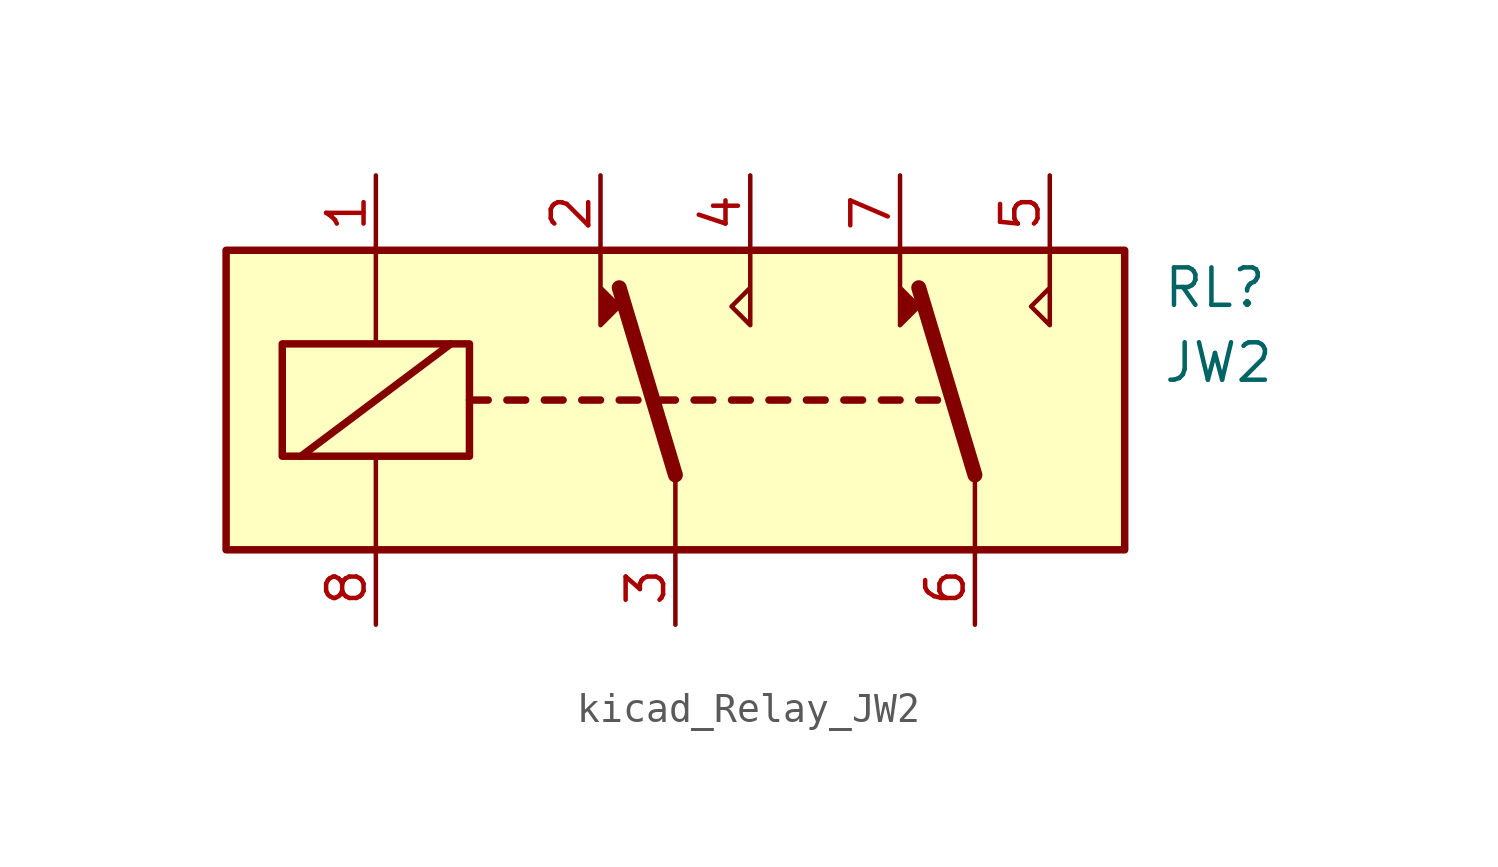
<source format=kicad_sym>
(kicad_symbol_lib
  (version 20220914)
  (generator kicad_symbol_editor)
  (symbol "kicad_Relay_JW2"
    (property "Reference" "RL"
      (at 16.51 3.81 0)
      (effects (font (size 1.27 1.27)) (justify left)))
    (property "Value" "JW2"
      (at 16.51 1.27 0)
      (effects (font (size 1.27 1.27)) (justify left)))
    (symbol "kicad_Relay_JW2_0_1"
      (rectangle (start -15.24 5.08) (end 15.24 -5.08) (stroke (width 0.254) (type default)) (fill (type background)))
      (rectangle (start -13.335 1.905) (end -6.985 -1.905) (stroke (width 0.254) (type default)) (fill (type none)))
      (polyline (pts (xy -12.7 -1.905) (xy -7.62 1.905)) (stroke (width 0.254) (type default)) (fill (type none)))
      (polyline (pts (xy -10.16 -5.08) (xy -10.16 -1.905)) (stroke (width 0) (type default)) (fill (type none)))
      (polyline (pts (xy -10.16 5.08) (xy -10.16 1.905)) (stroke (width 0) (type default)) (fill (type none)))
      (polyline (pts (xy -6.985 0) (xy -6.35 0)) (stroke (width 0.254) (type default)) (fill (type none)))
      (polyline (pts (xy -5.715 0) (xy -5.08 0)) (stroke (width 0.254) (type default)) (fill (type none)))
      (polyline (pts (xy -4.445 0) (xy -3.81 0)) (stroke (width 0.254) (type default)) (fill (type none)))
      (polyline (pts (xy -3.175 0) (xy -2.54 0)) (stroke (width 0.254) (type default)) (fill (type none)))
      (polyline (pts (xy -1.905 0) (xy -1.27 0)) (stroke (width 0.254) (type default)) (fill (type none)))
      (polyline (pts (xy -0.635 0) (xy 0 0)) (stroke (width 0.254) (type default)) (fill (type none)))
      (polyline (pts (xy 0 -2.54) (xy -1.905 3.81)) (stroke (width 0.508) (type default)) (fill (type none)))
      (polyline (pts (xy 0 -2.54) (xy 0 -5.08)) (stroke (width 0) (type default)) (fill (type none)))
      (polyline (pts (xy 0.635 0) (xy 1.27 0)) (stroke (width 0.254) (type default)) (fill (type none)))
      (polyline (pts (xy 1.905 0) (xy 2.54 0)) (stroke (width 0.254) (type default)) (fill (type none)))
      (polyline (pts (xy 3.175 0) (xy 3.81 0)) (stroke (width 0.254) (type default)) (fill (type none)))
      (polyline (pts (xy 4.445 0) (xy 5.08 0)) (stroke (width 0.254) (type default)) (fill (type none)))
      (polyline (pts (xy 5.715 0) (xy 6.35 0)) (stroke (width 0.254) (type default)) (fill (type none)))
      (polyline (pts (xy 6.985 0) (xy 7.62 0)) (stroke (width 0.254) (type default)) (fill (type none)))
      (polyline (pts (xy 8.255 0) (xy 8.89 0)) (stroke (width 0.254) (type default)) (fill (type none)))
      (polyline (pts (xy 10.16 -2.54) (xy 8.255 3.81)) (stroke (width 0.508) (type default)) (fill (type none)))
      (polyline (pts (xy 10.16 -2.54) (xy 10.16 -5.08)) (stroke (width 0) (type default)) (fill (type none)))
      (polyline (pts (xy -2.54 5.08) (xy -2.54 2.54) (xy -1.905 3.175) (xy -2.54 3.81)) (stroke (width 0) (type default)) (fill (type outline)))
      (polyline (pts (xy 2.54 5.08) (xy 2.54 2.54) (xy 1.905 3.175) (xy 2.54 3.81)) (stroke (width 0) (type default)) (fill (type none)))
      (polyline (pts (xy 7.62 5.08) (xy 7.62 2.54) (xy 8.255 3.175) (xy 7.62 3.81)) (stroke (width 0) (type default)) (fill (type outline)))
      (polyline (pts (xy 12.7 5.08) (xy 12.7 2.54) (xy 12.065 3.175) (xy 12.7 3.81)) (stroke (width 0) (type default)) (fill (type none))))
    (symbol "kicad_Relay_JW2_1_1"
      (pin passive line (at -10.16 7.62 270) (length 2.54) (name "~" (effects (font (size 1.27 1.27)))) (number "1" (effects (font (size 1.27 1.27)))))
      (pin passive line (at -2.54 7.62 270) (length 2.54) (name "~" (effects (font (size 1.27 1.27)))) (number "2" (effects (font (size 1.27 1.27)))))
      (pin passive line (at 0 -7.62 90) (length 2.54) (name "~" (effects (font (size 1.27 1.27)))) (number "3" (effects (font (size 1.27 1.27)))))
      (pin passive line (at 2.54 7.62 270) (length 2.54) (name "~" (effects (font (size 1.27 1.27)))) (number "4" (effects (font (size 1.27 1.27)))))
      (pin passive line (at 12.7 7.62 270) (length 2.54) (name "~" (effects (font (size 1.27 1.27)))) (number "5" (effects (font (size 1.27 1.27)))))
      (pin passive line (at 10.16 -7.62 90) (length 2.54) (name "~" (effects (font (size 1.27 1.27)))) (number "6" (effects (font (size 1.27 1.27)))))
      (pin passive line (at 7.62 7.62 270) (length 2.54) (name "~" (effects (font (size 1.27 1.27)))) (number "7" (effects (font (size 1.27 1.27)))))
      (pin passive line (at -10.16 -7.62 90) (length 2.54) (name "~" (effects (font (size 1.27 1.27)))) (number "8" (effects (font (size 1.27 1.27))))))))
</source>
